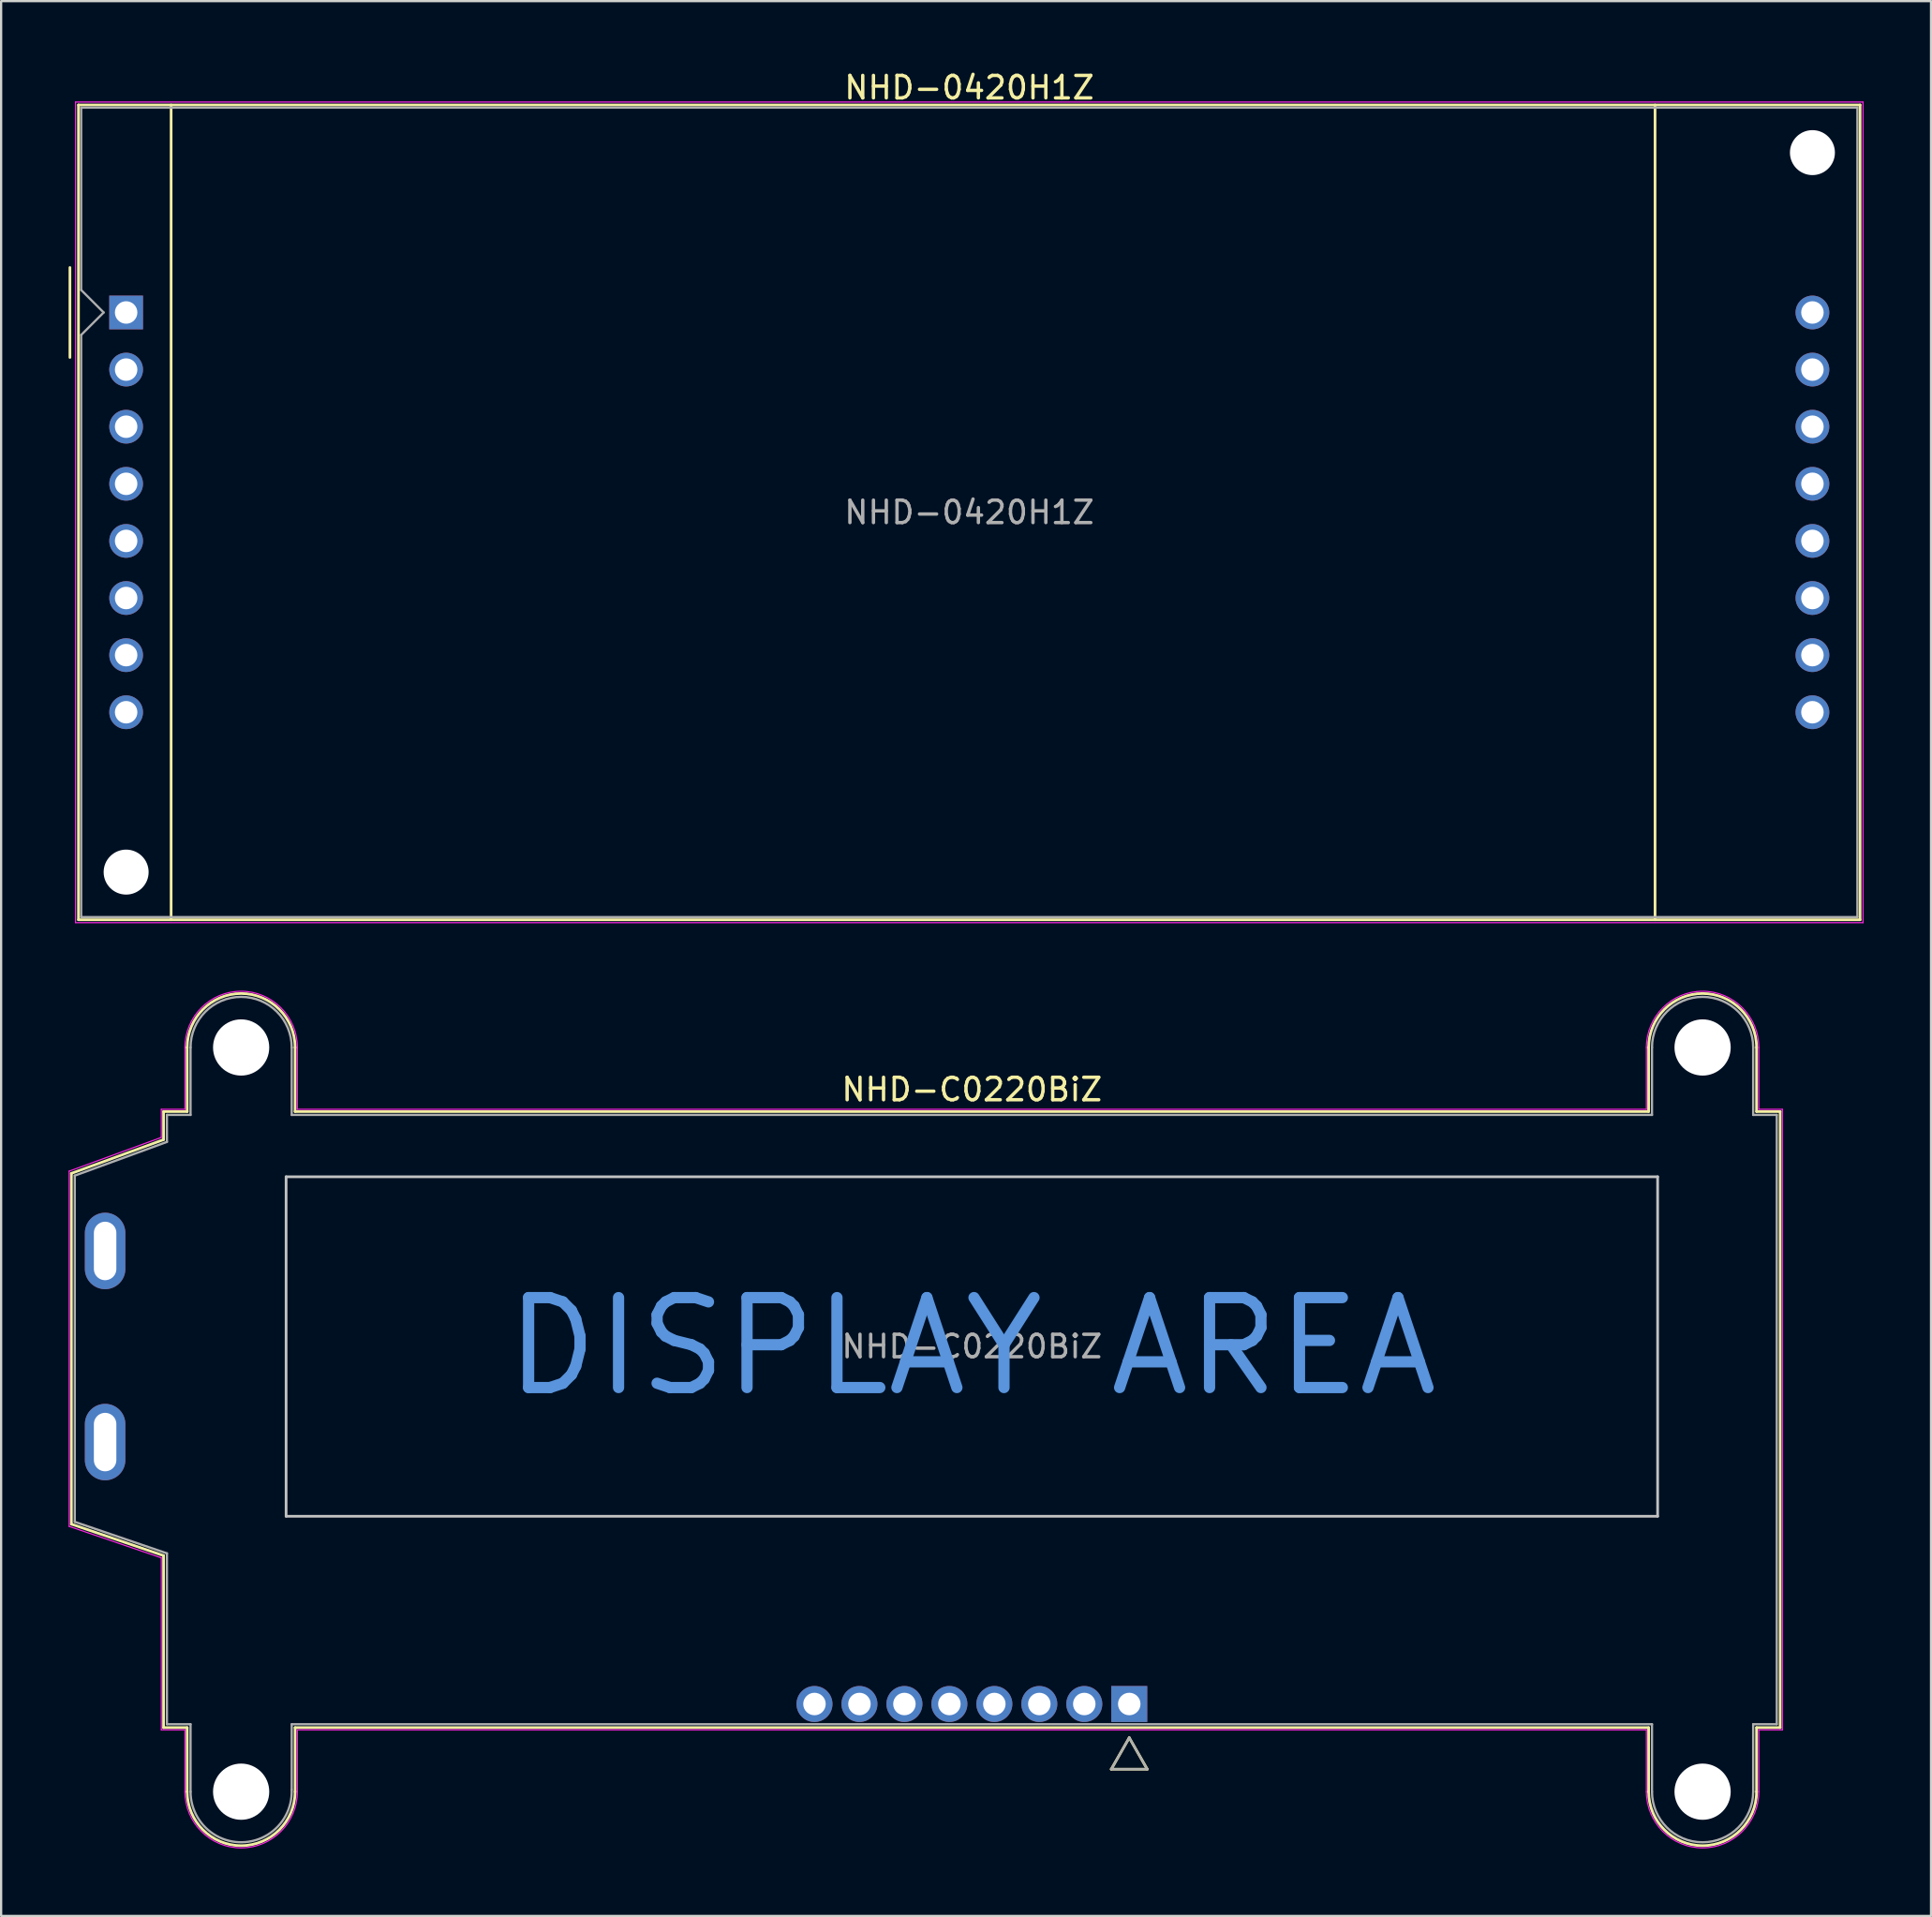
<source format=kicad_pcb>
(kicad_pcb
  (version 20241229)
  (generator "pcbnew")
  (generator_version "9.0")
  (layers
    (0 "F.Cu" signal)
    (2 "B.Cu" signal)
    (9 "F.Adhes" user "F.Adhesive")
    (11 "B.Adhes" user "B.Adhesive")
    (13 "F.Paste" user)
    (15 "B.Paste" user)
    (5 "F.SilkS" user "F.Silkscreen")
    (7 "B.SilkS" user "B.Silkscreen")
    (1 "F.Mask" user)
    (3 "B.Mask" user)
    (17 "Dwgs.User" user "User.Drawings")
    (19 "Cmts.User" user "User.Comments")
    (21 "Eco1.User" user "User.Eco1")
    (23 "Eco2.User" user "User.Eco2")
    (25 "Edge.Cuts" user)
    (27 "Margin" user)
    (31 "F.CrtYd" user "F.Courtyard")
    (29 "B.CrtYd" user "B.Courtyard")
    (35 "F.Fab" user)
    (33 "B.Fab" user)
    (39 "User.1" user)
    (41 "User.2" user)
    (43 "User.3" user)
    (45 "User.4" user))
  (footprint "NHD-C0220BiZ"
    (layer "F.Cu")
    (at 40.175 56.838)
    (property "Reference" "NHD-C0220BiZ" (at 0 -11.43 0) (layer "F.SilkS") (effects (font (size 1 1) (thickness 0.15))))
    (attr through_hole)
    (fp_line (start -40.05 -7.7) (end -40.05 7.9) (stroke (width 0.12) (type solid)) (layer "F.SilkS"))
    (fp_line (start -40.05 7.9) (end -35.95 9.3) (stroke (width 0.12) (type solid)) (layer "F.SilkS"))
    (fp_line (start -35.95 -10.45) (end -35.95 -9.2) (stroke (width 0.12) (type solid)) (layer "F.SilkS"))
    (fp_line (start -35.95 -9.2) (end -40.05 -7.7) (stroke (width 0.12) (type solid)) (layer "F.SilkS"))
    (fp_line (start -35.95 9.3) (end -35.95 16.95) (stroke (width 0.12) (type solid)) (layer "F.SilkS"))
    (fp_line (start -35.95 16.95) (end -34.9 16.95) (stroke (width 0.12) (type solid)) (layer "F.SilkS"))
    (fp_line (start -34.9 -13.3) (end -34.9 -10.45) (stroke (width 0.12) (type solid)) (layer "F.SilkS"))
    (fp_line (start -34.9 -10.45) (end -35.95 -10.45) (stroke (width 0.12) (type solid)) (layer "F.SilkS"))
    (fp_line (start -34.9 16.95) (end -34.9 19.8) (stroke (width 0.12) (type solid)) (layer "F.SilkS"))
    (fp_line (start -30.1 -10.45) (end -30.1 -13.3) (stroke (width 0.12) (type solid)) (layer "F.SilkS"))
    (fp_line (start -30.1 16.95) (end 30.1 16.95) (stroke (width 0.12) (type solid)) (layer "F.SilkS"))
    (fp_line (start -30.1 19.8) (end -30.1 16.95) (stroke (width 0.12) (type solid)) (layer "F.SilkS"))
    (fp_line (start 6.2 18.8) (end 7 17.4) (stroke (width 0.12) (type solid)) (layer "F.SilkS"))
    (fp_line (start 6.2 18.8) (end 7.8 18.8) (stroke (width 0.12) (type solid)) (layer "F.SilkS"))
    (fp_line (start 7 17.4) (end 7.8 18.8) (stroke (width 0.12) (type solid)) (layer "F.SilkS"))
    (fp_line (start 30.1 -13.3) (end 30.1 -10.45) (stroke (width 0.12) (type solid)) (layer "F.SilkS"))
    (fp_line (start 30.1 -10.45) (end -30.1 -10.45) (stroke (width 0.12) (type solid)) (layer "F.SilkS"))
    (fp_line (start 30.1 16.95) (end 30.1 19.8) (stroke (width 0.12) (type solid)) (layer "F.SilkS"))
    (fp_line (start 34.9 -10.45) (end 34.9 -13.3) (stroke (width 0.12) (type solid)) (layer "F.SilkS"))
    (fp_line (start 34.9 16.95) (end 35.95 16.95) (stroke (width 0.12) (type solid)) (layer "F.SilkS"))
    (fp_line (start 34.9 19.8) (end 34.9 16.95) (stroke (width 0.12) (type solid)) (layer "F.SilkS"))
    (fp_line (start 35.95 -10.45) (end 34.9 -10.45) (stroke (width 0.12) (type solid)) (layer "F.SilkS"))
    (fp_line (start 35.95 16.95) (end 35.95 -10.45) (stroke (width 0.12) (type solid)) (layer "F.SilkS"))
    (fp_arc (start -34.9 -13.3) (mid -32.5 -15.7) (end -30.1 -13.3) (stroke (width 0.12) (type solid)) (layer "F.SilkS"))
    (fp_arc (start -30.1 19.8) (mid -32.5 22.2) (end -34.9 19.8) (stroke (width 0.12) (type solid)) (layer "F.SilkS"))
    (fp_arc (start 30.1 -13.3) (mid 32.5 -15.7) (end 34.9 -13.3) (stroke (width 0.12) (type solid)) (layer "F.SilkS"))
    (fp_arc (start 34.9 19.8) (mid 32.5 22.2) (end 30.1 19.8) (stroke (width 0.12) (type solid)) (layer "F.SilkS"))
    (fp_line (start -30.5 -7.55) (end 30.5 -7.55) (stroke (width 0.12) (type solid)) (layer "Dwgs.User"))
    (fp_line (start -30.5 7.55) (end -30.5 -7.55) (stroke (width 0.12) (type solid)) (layer "Dwgs.User"))
    (fp_line (start 30.5 -7.55) (end 30.5 7.55) (stroke (width 0.12) (type solid)) (layer "Dwgs.User"))
    (fp_line (start 30.5 7.55) (end -30.5 7.55) (stroke (width 0.12) (type solid)) (layer "Dwgs.User"))
    (fp_line (start -40.15 -7.8) (end -36.05 -9.3) (stroke (width 0.05) (type solid)) (layer "F.CrtYd"))
    (fp_line (start -40.15 8) (end -40.15 -7.8) (stroke (width 0.05) (type solid)) (layer "F.CrtYd"))
    (fp_line (start -36.05 -10.55) (end -35 -10.55) (stroke (width 0.05) (type solid)) (layer "F.CrtYd"))
    (fp_line (start -36.05 -9.3) (end -36.05 -10.55) (stroke (width 0.05) (type solid)) (layer "F.CrtYd"))
    (fp_line (start -36.05 9.4) (end -40.15 8) (stroke (width 0.05) (type solid)) (layer "F.CrtYd"))
    (fp_line (start -36.05 17.05) (end -36.05 9.4) (stroke (width 0.05) (type solid)) (layer "F.CrtYd"))
    (fp_line (start -35 -10.55) (end -35 -13.3) (stroke (width 0.05) (type solid)) (layer "F.CrtYd"))
    (fp_line (start -35 17.05) (end -36.05 17.05) (stroke (width 0.05) (type solid)) (layer "F.CrtYd"))
    (fp_line (start -35 19.8) (end -35 17.05) (stroke (width 0.05) (type solid)) (layer "F.CrtYd"))
    (fp_line (start -30 -13.3) (end -30 -10.55) (stroke (width 0.05) (type solid)) (layer "F.CrtYd"))
    (fp_line (start -30 -10.55) (end 30 -10.55) (stroke (width 0.05) (type solid)) (layer "F.CrtYd"))
    (fp_line (start -30 17.05) (end -30 19.8) (stroke (width 0.05) (type solid)) (layer "F.CrtYd"))
    (fp_line (start 30 -10.55) (end 30 -13.3) (stroke (width 0.05) (type solid)) (layer "F.CrtYd"))
    (fp_line (start 30 17.05) (end -30 17.05) (stroke (width 0.05) (type solid)) (layer "F.CrtYd"))
    (fp_line (start 30 19.8) (end 30 17.05) (stroke (width 0.05) (type solid)) (layer "F.CrtYd"))
    (fp_line (start 35 -10.55) (end 35 -13.3) (stroke (width 0.05) (type solid)) (layer "F.CrtYd"))
    (fp_line (start 35 17.05) (end 35 19.8) (stroke (width 0.05) (type solid)) (layer "F.CrtYd"))
    (fp_line (start 36.05 -10.55) (end 35 -10.55) (stroke (width 0.05) (type solid)) (layer "F.CrtYd"))
    (fp_line (start 36.05 -10.55) (end 36.05 17.05) (stroke (width 0.05) (type solid)) (layer "F.CrtYd"))
    (fp_line (start 36.05 17.05) (end 35 17.05) (stroke (width 0.05) (type solid)) (layer "F.CrtYd"))
    (fp_arc (start -35 -13.3) (mid -32.5 -15.8) (end -30 -13.3) (stroke (width 0.05) (type solid)) (layer "F.CrtYd"))
    (fp_arc (start -30 19.8) (mid -32.5 22.3) (end -35 19.8) (stroke (width 0.05) (type solid)) (layer "F.CrtYd"))
    (fp_arc (start 30 -13.3) (mid 32.5 -15.8) (end 35 -13.3) (stroke (width 0.05) (type solid)) (layer "F.CrtYd"))
    (fp_arc (start 35 19.8) (mid 32.5 22.3) (end 30 19.8) (stroke (width 0.05) (type solid)) (layer "F.CrtYd"))
    (fp_line (start -39.9 -7.6) (end -35.8 -9.1) (stroke (width 0.1) (type solid)) (layer "F.Fab"))
    (fp_line (start -39.9 7.8) (end -39.9 -7.6) (stroke (width 0.1) (type solid)) (layer "F.Fab"))
    (fp_line (start -35.8 -10.3) (end -35.8 -9.1) (stroke (width 0.1) (type solid)) (layer "F.Fab"))
    (fp_line (start -35.8 -10.3) (end -34.75 -10.3) (stroke (width 0.1) (type solid)) (layer "F.Fab"))
    (fp_line (start -35.8 9.2) (end -39.9 7.8) (stroke (width 0.1) (type solid)) (layer "F.Fab"))
    (fp_line (start -35.8 9.2) (end -35.8 16.8) (stroke (width 0.1) (type solid)) (layer "F.Fab"))
    (fp_line (start -34.75 -10.3) (end -34.75 -13.3) (stroke (width 0.1) (type solid)) (layer "F.Fab"))
    (fp_line (start -34.75 16.8) (end -35.8 16.8) (stroke (width 0.1) (type solid)) (layer "F.Fab"))
    (fp_line (start -34.75 19.8) (end -34.75 16.8) (stroke (width 0.1) (type solid)) (layer "F.Fab"))
    (fp_line (start -30.25 -10.3) (end -30.25 -13.3) (stroke (width 0.1) (type solid)) (layer "F.Fab"))
    (fp_line (start -30.25 -10.3) (end 30.25 -10.3) (stroke (width 0.1) (type solid)) (layer "F.Fab"))
    (fp_line (start -30.25 16.8) (end -30.25 19.7) (stroke (width 0.1) (type solid)) (layer "F.Fab"))
    (fp_line (start -30.25 16.8) (end 30.25 16.8) (stroke (width 0.1) (type solid)) (layer "F.Fab"))
    (fp_line (start 6.2 18.8) (end 7.8 18.8) (stroke (width 0.1) (type solid)) (layer "F.Fab"))
    (fp_line (start 7 17.4) (end 6.2 18.8) (stroke (width 0.1) (type solid)) (layer "F.Fab"))
    (fp_line (start 7.8 18.8) (end 7 17.4) (stroke (width 0.1) (type solid)) (layer "F.Fab"))
    (fp_line (start 30.25 -10.3) (end 30.25 -13.3) (stroke (width 0.1) (type solid)) (layer "F.Fab"))
    (fp_line (start 30.25 19.8) (end 30.25 16.8) (stroke (width 0.1) (type solid)) (layer "F.Fab"))
    (fp_line (start 34.75 -13.3) (end 34.75 -10.3) (stroke (width 0.1) (type solid)) (layer "F.Fab"))
    (fp_line (start 34.75 -10.3) (end 35.8 -10.3) (stroke (width 0.1) (type solid)) (layer "F.Fab"))
    (fp_line (start 34.75 16.8) (end 34.75 19.8) (stroke (width 0.1) (type solid)) (layer "F.Fab"))
    (fp_line (start 35.8 -10.3) (end 35.8 16.8) (stroke (width 0.1) (type solid)) (layer "F.Fab"))
    (fp_line (start 35.8 16.8) (end 34.75 16.8) (stroke (width 0.1) (type solid)) (layer "F.Fab"))
    (fp_arc (start -34.75 -13.3) (mid -32.5 -15.55) (end -30.25 -13.3) (stroke (width 0.1) (type solid)) (layer "F.Fab"))
    (fp_arc (start -30.251542 19.716724) (mid -32.458355 22.049614) (end -34.75 19.8) (stroke (width 0.1) (type solid)) (layer "F.Fab"))
    (fp_arc (start 30.25 -13.3) (mid 32.5 -15.55) (end 34.75 -13.3) (stroke (width 0.1) (type solid)) (layer "F.Fab"))
    (fp_arc (start 34.75 19.8) (mid 32.5 22.05) (end 30.25 19.8) (stroke (width 0.1) (type solid)) (layer "F.Fab"))
    (fp_text user "DISPLAY AREA" (at 0 0 0) (layer "Cmts.User") (effects (font (size 4 4) (thickness 0.5))))
    (fp_text user "${REFERENCE}" (at 0 0 0) (layer "F.Fab") (effects (font (size 1 1) (thickness 0.15))))
    (pad "" np_thru_hole circle (at -32.5 -13.3) (size 2.5 2.5) (drill 2.5) (layers "*.Cu" "*.Mask"))
    (pad "" np_thru_hole circle (at -32.5 19.8) (size 2.5 2.5) (drill 2.5) (layers "*.Cu" "*.Mask"))
    (pad "" np_thru_hole circle (at 32.5 -13.3) (size 2.5 2.5) (drill 2.5) (layers "*.Cu" "*.Mask"))
    (pad "" np_thru_hole circle (at 32.5 19.8) (size 2.5 2.5) (drill 2.5) (layers "*.Cu" "*.Mask"))
    (pad "1" thru_hole rect (at 7 15.9) (size 1.6 1.6) (drill 1) (layers "*.Cu" "*.Mask"))
    (pad "2" thru_hole circle (at 5 15.9) (size 1.6 1.6) (drill 1) (layers "*.Cu" "*.Mask"))
    (pad "3" thru_hole circle (at 3 15.9) (size 1.6 1.6) (drill 1) (layers "*.Cu" "*.Mask"))
    (pad "4" thru_hole circle (at 1 15.9) (size 1.6 1.6) (drill 1) (layers "*.Cu" "*.Mask"))
    (pad "5" thru_hole circle (at -1 15.9) (size 1.6 1.6) (drill 1) (layers "*.Cu" "*.Mask"))
    (pad "6" thru_hole circle (at -3 15.9) (size 1.6 1.6) (drill 1) (layers "*.Cu" "*.Mask"))
    (pad "7" thru_hole circle (at -5 15.9) (size 1.6 1.6) (drill 1) (layers "*.Cu" "*.Mask"))
    (pad "8" thru_hole circle (at -7 15.9) (size 1.6 1.6) (drill 1) (layers "*.Cu" "*.Mask"))
    (pad "9" thru_hole oval (at -38.55 4.25) (size 1.8 3.4) (drill oval 1 2.6) (layers "*.Cu" "*.Mask"))
    (pad "10" thru_hole oval (at -38.55 -4.25) (size 1.8 3.4) (drill oval 1 2.6) (layers "*.Cu" "*.Mask")))
  (footprint "NHD-0420H1Z"
    (layer "F.Cu")
    (at 2.56 10.848)
    (property "Reference" "NHD-0420H1Z" (at 37.5 -10 0) (layer "F.SilkS") (effects (font (size 1 1) (thickness 0.15))))
    (attr through_hole)
    (fp_line (start -2.5 -2) (end -2.5 2) (stroke (width 0.12) (type solid)) (layer "F.SilkS"))
    (fp_line (start -2.12 -9.23) (end 77.12 -9.23) (stroke (width 0.12) (type solid)) (layer "F.SilkS"))
    (fp_line (start -2.12 27.01) (end -2.12 -9.23) (stroke (width 0.12) (type solid)) (layer "F.SilkS"))
    (fp_line (start 2 27.01) (end 2 -9.23) (stroke (width 0.12) (type solid)) (layer "F.SilkS"))
    (fp_line (start 68 -9.23) (end 68 27.01) (stroke (width 0.12) (type solid)) (layer "F.SilkS"))
    (fp_line (start 77.12 -9.23) (end 77.12 27.01) (stroke (width 0.12) (type solid)) (layer "F.SilkS"))
    (fp_line (start 77.12 27.01) (end -2.12 27.01) (stroke (width 0.12) (type solid)) (layer "F.SilkS"))
    (fp_line (start -2.25 -9.36) (end 77.25 -9.36) (stroke (width 0.05) (type solid)) (layer "F.CrtYd"))
    (fp_line (start -2.25 27.14) (end -2.25 -9.36) (stroke (width 0.05) (type solid)) (layer "F.CrtYd"))
    (fp_line (start 77.25 -9.36) (end 77.25 27.14) (stroke (width 0.05) (type solid)) (layer "F.CrtYd"))
    (fp_line (start 77.25 27.14) (end -2.25 27.14) (stroke (width 0.05) (type solid)) (layer "F.CrtYd"))
    (fp_line (start -2 -9.11) (end 77 -9.11) (stroke (width 0.1) (type solid)) (layer "F.Fab"))
    (fp_line (start -2 -1) (end -2 -9.11) (stroke (width 0.1) (type solid)) (layer "F.Fab"))
    (fp_line (start -2 1) (end -1 0) (stroke (width 0.1) (type solid)) (layer "F.Fab"))
    (fp_line (start -2 26.89) (end -2 1) (stroke (width 0.1) (type solid)) (layer "F.Fab"))
    (fp_line (start -1 0) (end -2 -1) (stroke (width 0.1) (type solid)) (layer "F.Fab"))
    (fp_line (start 77 -9.11) (end 77 26.89) (stroke (width 0.1) (type solid)) (layer "F.Fab"))
    (fp_line (start 77 26.89) (end -2 26.89) (stroke (width 0.1) (type solid)) (layer "F.Fab"))
    (fp_text user "${REFERENCE}" (at 37.5 8.89 0) (layer "F.Fab") (effects (font (size 1 1) (thickness 0.15))))
    (pad "" np_thru_hole circle (at 0 24.89) (size 2 2) (drill 2) (layers "*.Cu" "*.Mask"))
    (pad "" np_thru_hole circle (at 75 -7.11) (size 2 2) (drill 2) (layers "*.Cu" "*.Mask"))
    (pad "1" thru_hole rect (at 0 0) (size 1.5 1.5) (drill 1) (layers "*.Cu" "*.Mask"))
    (pad "2" thru_hole circle (at 0 2.54) (size 1.5 1.5) (drill 1) (layers "*.Cu" "*.Mask"))
    (pad "3" thru_hole circle (at 0 5.08) (size 1.5 1.5) (drill 1) (layers "*.Cu" "*.Mask"))
    (pad "4" thru_hole circle (at 0 7.62) (size 1.5 1.5) (drill 1) (layers "*.Cu" "*.Mask"))
    (pad "5" thru_hole circle (at 0 10.16) (size 1.5 1.5) (drill 1) (layers "*.Cu" "*.Mask"))
    (pad "6" thru_hole circle (at 0 12.7) (size 1.5 1.5) (drill 1) (layers "*.Cu" "*.Mask"))
    (pad "7" thru_hole circle (at 0 15.24) (size 1.5 1.5) (drill 1) (layers "*.Cu" "*.Mask"))
    (pad "8" thru_hole circle (at 0 17.78) (size 1.5 1.5) (drill 1) (layers "*.Cu" "*.Mask"))
    (pad "9" thru_hole circle (at 75 0) (size 1.5 1.5) (drill 1) (layers "*.Cu" "*.Mask"))
    (pad "10" thru_hole circle (at 75 2.54) (size 1.5 1.5) (drill 1) (layers "*.Cu" "*.Mask"))
    (pad "11" thru_hole circle (at 75 5.08) (size 1.5 1.5) (drill 1) (layers "*.Cu" "*.Mask"))
    (pad "12" thru_hole circle (at 75 7.62) (size 1.5 1.5) (drill 1) (layers "*.Cu" "*.Mask"))
    (pad "13" thru_hole circle (at 75 10.16) (size 1.5 1.5) (drill 1) (layers "*.Cu" "*.Mask"))
    (pad "14" thru_hole circle (at 75 12.7) (size 1.5 1.5) (drill 1) (layers "*.Cu" "*.Mask"))
    (pad "15" thru_hole circle (at 75 15.24) (size 1.5 1.5) (drill 1) (layers "*.Cu" "*.Mask"))
    (pad "16" thru_hole circle (at 75 17.78) (size 1.5 1.5) (drill 1) (layers "*.Cu" "*.Mask")))
  (gr_rect
    (start -3 -3)
    (end 82.835 82.163)
    (stroke (width 0.1) (type default))
    (fill no)
    (layer "Edge.Cuts")))
</source>
